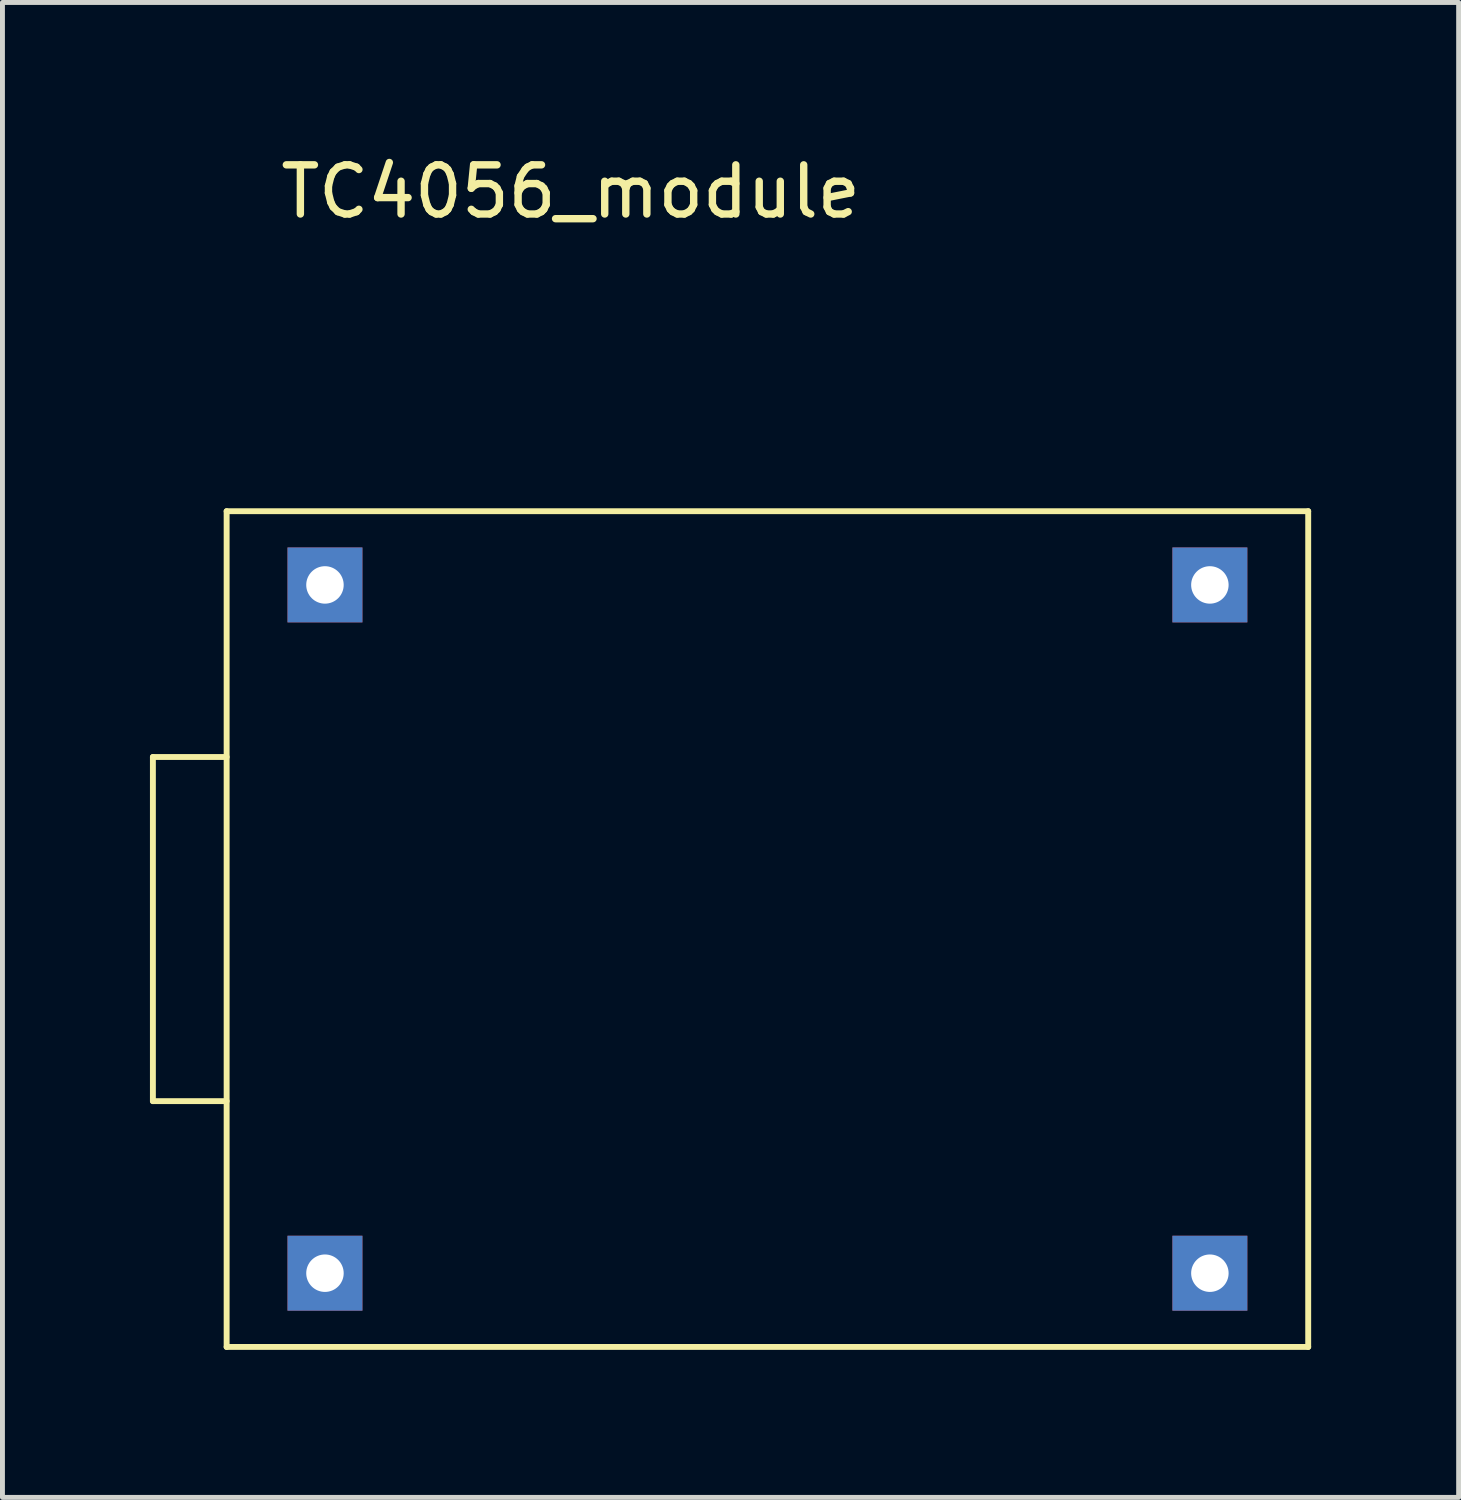
<source format=kicad_pcb>
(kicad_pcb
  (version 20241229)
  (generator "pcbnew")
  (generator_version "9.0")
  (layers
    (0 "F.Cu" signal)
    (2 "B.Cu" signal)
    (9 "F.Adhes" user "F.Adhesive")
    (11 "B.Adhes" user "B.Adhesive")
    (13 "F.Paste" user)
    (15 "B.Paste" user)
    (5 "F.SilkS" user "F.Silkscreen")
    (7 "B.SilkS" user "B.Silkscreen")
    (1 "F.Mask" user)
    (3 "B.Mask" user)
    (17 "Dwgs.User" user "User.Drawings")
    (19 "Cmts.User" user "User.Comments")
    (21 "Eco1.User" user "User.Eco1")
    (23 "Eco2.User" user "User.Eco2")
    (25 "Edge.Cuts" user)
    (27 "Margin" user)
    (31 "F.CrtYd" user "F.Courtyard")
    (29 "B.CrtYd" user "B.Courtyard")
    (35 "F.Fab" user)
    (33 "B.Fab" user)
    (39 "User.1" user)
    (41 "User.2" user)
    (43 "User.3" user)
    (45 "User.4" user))
  (footprint "TC4056_module"
    (layer "F.Cu")
    (at 12.56 15.848)
    (property "Reference" "TC4056_module" (at -4 -15 0) (layer "F.SilkS") (effects (font (size 1 1) (thickness 0.15))))
    (attr through_hole)
    (fp_line (start -12.5 -3.5) (end -12.5 3.5) (stroke (width 0.12) (type solid)) (layer "F.SilkS"))
    (fp_line (start -12.5 3.5) (end -11 3.5) (stroke (width 0.12) (type solid)) (layer "F.SilkS"))
    (fp_line (start -11 -8.5) (end -11 8.5) (stroke (width 0.12) (type solid)) (layer "F.SilkS"))
    (fp_line (start -11 -3.5) (end -12.5 -3.5) (stroke (width 0.12) (type solid)) (layer "F.SilkS"))
    (fp_line (start -11 8.5) (end 11 8.5) (stroke (width 0.12) (type solid)) (layer "F.SilkS"))
    (fp_line (start 11 -8.5) (end -11 -8.5) (stroke (width 0.12) (type solid)) (layer "F.SilkS"))
    (fp_line (start 11 8.5) (end 11 -8.5) (stroke (width 0.12) (type solid)) (layer "F.SilkS"))
    (pad "1" thru_hole rect (at -9 -7) (size 1.524 1.524) (drill 0.762) (layers "*.Cu" "*.Mask"))
    (pad "2" thru_hole rect (at -9 7) (size 1.524 1.524) (drill 0.762) (layers "*.Cu" "*.Mask" "Eco2.User"))
    (pad "3" thru_hole rect (at 9 -7) (size 1.524 1.524) (drill 0.762) (layers "*.Cu" "*.Mask"))
    (pad "4" thru_hole rect (at 9 7) (size 1.524 1.524) (drill 0.762) (layers "*.Cu" "*.Mask")))
  (gr_rect
    (start -3 -3)
    (end 26.62 27.408)
    (stroke (width 0.1) (type default))
    (fill no)
    (layer "Edge.Cuts")))
</source>
